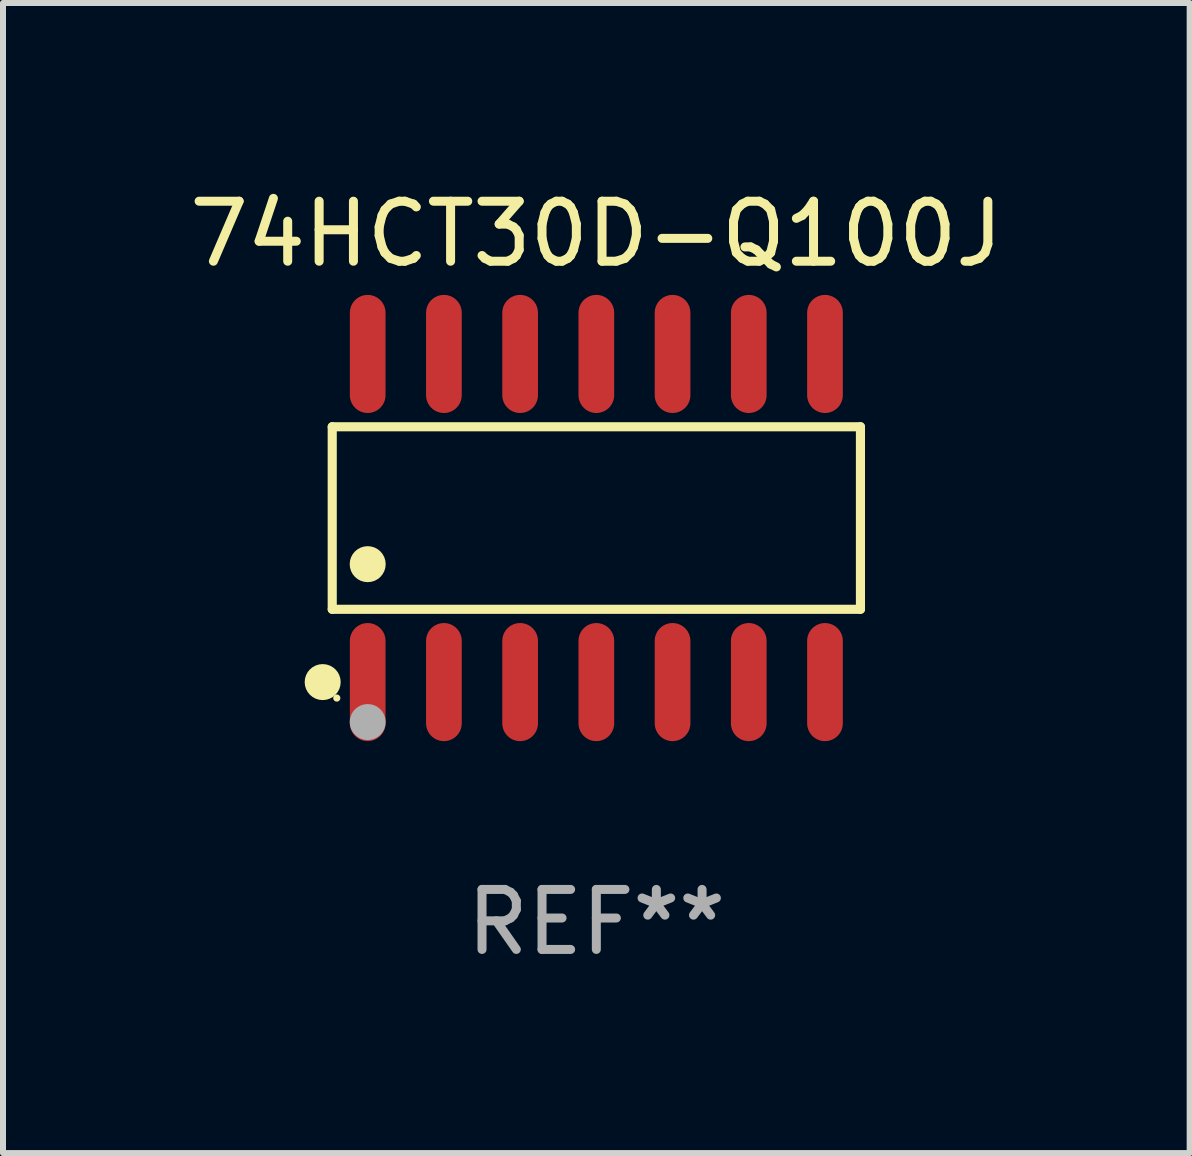
<source format=kicad_pcb>
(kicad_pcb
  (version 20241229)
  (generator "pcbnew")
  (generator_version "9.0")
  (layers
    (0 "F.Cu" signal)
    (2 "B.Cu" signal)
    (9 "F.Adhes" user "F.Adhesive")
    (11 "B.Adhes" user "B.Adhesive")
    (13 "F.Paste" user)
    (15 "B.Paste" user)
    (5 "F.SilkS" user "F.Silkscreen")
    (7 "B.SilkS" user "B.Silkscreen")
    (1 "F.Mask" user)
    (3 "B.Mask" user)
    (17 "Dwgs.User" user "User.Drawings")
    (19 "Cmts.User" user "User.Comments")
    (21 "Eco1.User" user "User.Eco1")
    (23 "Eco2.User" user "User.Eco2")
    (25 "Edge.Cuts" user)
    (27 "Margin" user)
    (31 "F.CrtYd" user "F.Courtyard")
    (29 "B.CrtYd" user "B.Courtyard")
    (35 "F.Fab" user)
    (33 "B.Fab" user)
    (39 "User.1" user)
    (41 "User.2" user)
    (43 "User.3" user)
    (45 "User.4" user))
  (footprint "74HCT30D-Q100J"
    (layer "F.Cu")
    (at 6.887 5.582)
    (property "Reference" "74HCT30D-Q100J" (at 0 -4.734 0) (layer "F.SilkS") (effects (font (size 1 1) (thickness 0.15))))
    (attr through_hole)
    (fp_line (start -4.401 -1.521) (end 4.401 -1.521) (stroke (width 0.152) (type solid)) (layer "F.SilkS"))
    (fp_line (start -4.401 1.521) (end -4.401 -1.521) (stroke (width 0.152) (type solid)) (layer "F.SilkS"))
    (fp_line (start 4.401 -1.521) (end 4.401 1.521) (stroke (width 0.152) (type solid)) (layer "F.SilkS"))
    (fp_line (start 4.401 1.521) (end -4.401 1.521) (stroke (width 0.152) (type solid)) (layer "F.SilkS"))
    (fp_circle (center -4.56 2.734) (end -4.41 2.734) (stroke (width 0.3) (type solid)) (fill no) (layer "F.SilkS"))
    (fp_circle (center -4.325 3) (end -4.295 3) (stroke (width 0.06) (type solid)) (fill no) (layer "F.SilkS"))
    (fp_circle (center -3.81 0.769) (end -3.66 0.769) (stroke (width 0.3) (type solid)) (fill no) (layer "F.SilkS"))
    (fp_circle (center -3.81 3.4) (end -3.66 3.4) (stroke (width 0.3) (type solid)) (fill no) (layer "F.Fab"))
    (fp_text user "REF**" (at 0 6.734 0) (layer "F.Fab") (effects (font (size 1 1) (thickness 0.15))))
    (pad "1" smd oval (at -3.81 2.734) (size 0.595 1.968) (layers "F.Cu" "F.Mask" "F.Paste"))
    (pad "2" smd oval (at -2.54 2.734) (size 0.595 1.968) (layers "F.Cu" "F.Mask" "F.Paste"))
    (pad "3" smd oval (at -1.27 2.734) (size 0.595 1.968) (layers "F.Cu" "F.Mask" "F.Paste"))
    (pad "4" smd oval (at 0 2.734) (size 0.595 1.968) (layers "F.Cu" "F.Mask" "F.Paste"))
    (pad "5" smd oval (at 1.27 2.734) (size 0.595 1.968) (layers "F.Cu" "F.Mask" "F.Paste"))
    (pad "6" smd oval (at 2.54 2.734) (size 0.595 1.968) (layers "F.Cu" "F.Mask" "F.Paste"))
    (pad "7" smd oval (at 3.81 2.734) (size 0.595 1.968) (layers "F.Cu" "F.Mask" "F.Paste"))
    (pad "8" smd oval (at 3.81 -2.734) (size 0.595 1.968) (layers "F.Cu" "F.Mask" "F.Paste"))
    (pad "9" smd oval (at 2.54 -2.734) (size 0.595 1.968) (layers "F.Cu" "F.Mask" "F.Paste"))
    (pad "10" smd oval (at 1.27 -2.734) (size 0.595 1.968) (layers "F.Cu" "F.Mask" "F.Paste"))
    (pad "11" smd oval (at 0 -2.734) (size 0.595 1.968) (layers "F.Cu" "F.Mask" "F.Paste"))
    (pad "12" smd oval (at -1.27 -2.734) (size 0.595 1.968) (layers "F.Cu" "F.Mask" "F.Paste"))
    (pad "13" smd oval (at -2.54 -2.734) (size 0.595 1.968) (layers "F.Cu" "F.Mask" "F.Paste"))
    (pad "14" smd oval (at -3.81 -2.734) (size 0.595 1.968) (layers "F.Cu" "F.Mask" "F.Paste")))
  (gr_rect
    (start -3 -3)
    (end 16.774 16.164)
    (stroke (width 0.1) (type default))
    (fill no)
    (layer "Edge.Cuts")))
</source>
